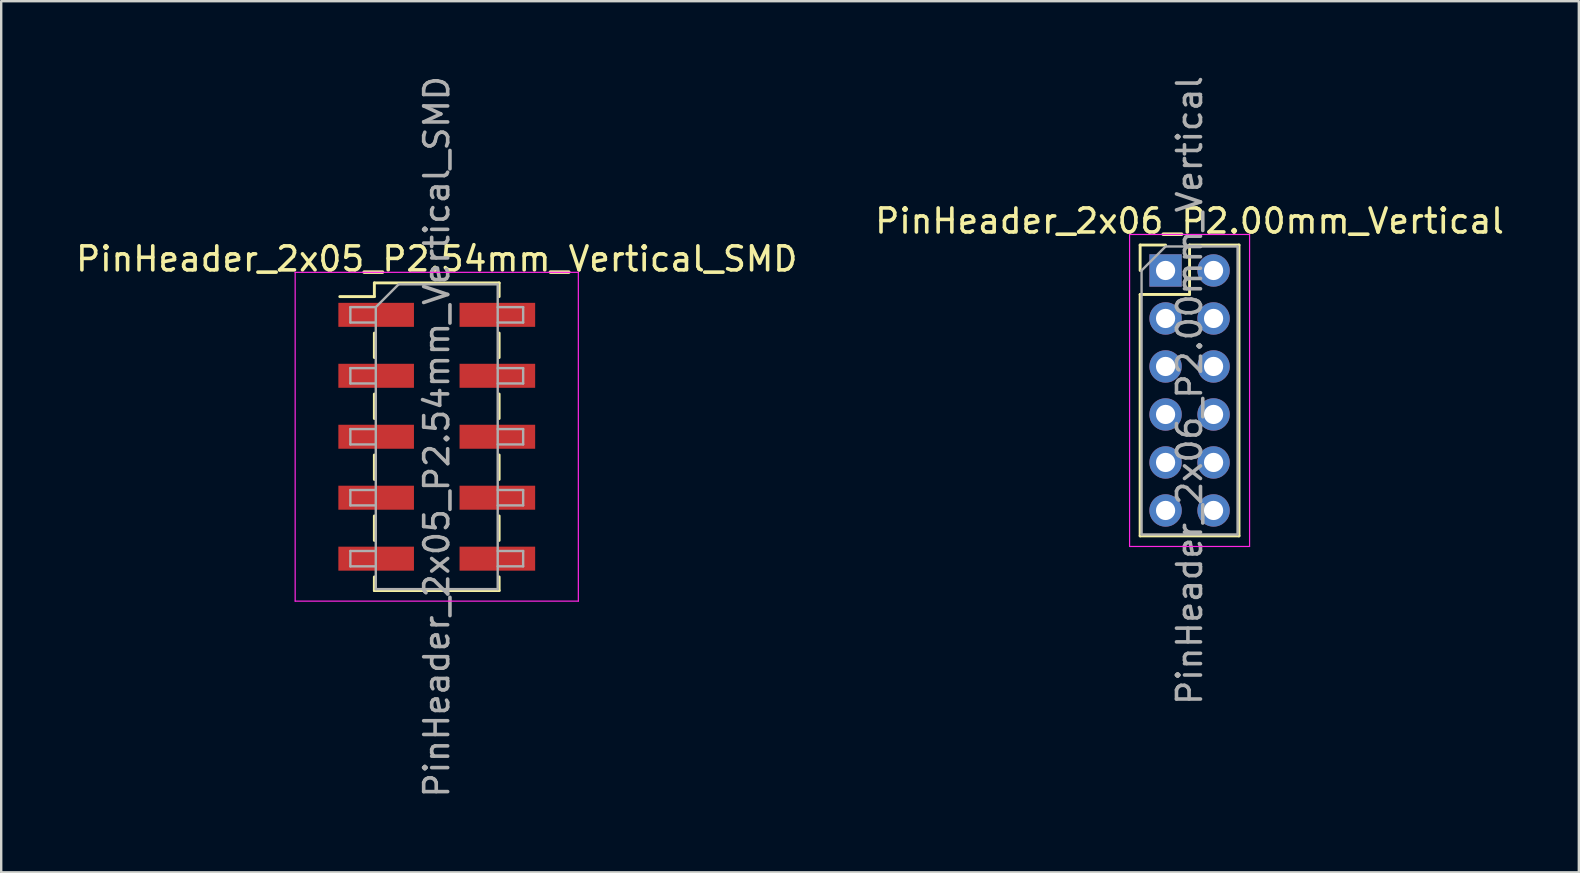
<source format=kicad_pcb>
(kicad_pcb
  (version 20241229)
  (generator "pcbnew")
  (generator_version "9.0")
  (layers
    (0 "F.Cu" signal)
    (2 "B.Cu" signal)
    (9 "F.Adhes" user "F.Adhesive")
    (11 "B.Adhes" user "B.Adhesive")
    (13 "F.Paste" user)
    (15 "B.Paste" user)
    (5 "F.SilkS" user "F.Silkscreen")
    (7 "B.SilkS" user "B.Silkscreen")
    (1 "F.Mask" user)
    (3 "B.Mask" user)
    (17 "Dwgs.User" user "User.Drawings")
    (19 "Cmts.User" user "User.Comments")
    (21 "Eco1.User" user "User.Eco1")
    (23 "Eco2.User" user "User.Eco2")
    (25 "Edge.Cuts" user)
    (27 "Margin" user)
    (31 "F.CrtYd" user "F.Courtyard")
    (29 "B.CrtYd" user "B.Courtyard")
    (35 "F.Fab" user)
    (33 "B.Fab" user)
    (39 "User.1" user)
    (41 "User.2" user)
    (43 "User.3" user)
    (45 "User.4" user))
  (footprint "PinHeader_2x05_P2.54mm_Vertical_SMD"
    (layer "F.Cu")
    (at 15.149 15.149)
    (property "Reference" "PinHeader_2x05_P2.54mm_Vertical_SMD" (at 0 -7.41 0) (layer "F.SilkS") (effects (font (size 1 1) (thickness 0.15))))
    (attr smd)
    (fp_line (start -4.04 -5.84) (end -2.6 -5.84) (stroke (width 0.12) (type solid)) (layer "F.SilkS"))
    (fp_line (start -2.6 -6.41) (end -2.6 -5.84) (stroke (width 0.12) (type solid)) (layer "F.SilkS"))
    (fp_line (start -2.6 -6.41) (end 2.6 -6.41) (stroke (width 0.12) (type solid)) (layer "F.SilkS"))
    (fp_line (start -2.6 -4.32) (end -2.6 -3.3) (stroke (width 0.12) (type solid)) (layer "F.SilkS"))
    (fp_line (start -2.6 -1.78) (end -2.6 -0.76) (stroke (width 0.12) (type solid)) (layer "F.SilkS"))
    (fp_line (start -2.6 0.76) (end -2.6 1.78) (stroke (width 0.12) (type solid)) (layer "F.SilkS"))
    (fp_line (start -2.6 3.3) (end -2.6 4.32) (stroke (width 0.12) (type solid)) (layer "F.SilkS"))
    (fp_line (start -2.6 5.84) (end -2.6 6.41) (stroke (width 0.12) (type solid)) (layer "F.SilkS"))
    (fp_line (start -2.6 6.41) (end 2.6 6.41) (stroke (width 0.12) (type solid)) (layer "F.SilkS"))
    (fp_line (start 2.6 -6.41) (end 2.6 -5.84) (stroke (width 0.12) (type solid)) (layer "F.SilkS"))
    (fp_line (start 2.6 -4.32) (end 2.6 -3.3) (stroke (width 0.12) (type solid)) (layer "F.SilkS"))
    (fp_line (start 2.6 -1.78) (end 2.6 -0.76) (stroke (width 0.12) (type solid)) (layer "F.SilkS"))
    (fp_line (start 2.6 0.76) (end 2.6 1.78) (stroke (width 0.12) (type solid)) (layer "F.SilkS"))
    (fp_line (start 2.6 3.3) (end 2.6 4.32) (stroke (width 0.12) (type solid)) (layer "F.SilkS"))
    (fp_line (start 2.6 5.84) (end 2.6 6.41) (stroke (width 0.12) (type solid)) (layer "F.SilkS"))
    (fp_line (start -5.9 -6.85) (end -5.9 6.85) (stroke (width 0.05) (type solid)) (layer "F.CrtYd"))
    (fp_line (start -5.9 6.85) (end 5.9 6.85) (stroke (width 0.05) (type solid)) (layer "F.CrtYd"))
    (fp_line (start 5.9 -6.85) (end -5.9 -6.85) (stroke (width 0.05) (type solid)) (layer "F.CrtYd"))
    (fp_line (start 5.9 6.85) (end 5.9 -6.85) (stroke (width 0.05) (type solid)) (layer "F.CrtYd"))
    (fp_line (start -3.6 -5.4) (end -3.6 -4.76) (stroke (width 0.1) (type solid)) (layer "F.Fab"))
    (fp_line (start -3.6 -4.76) (end -2.54 -4.76) (stroke (width 0.1) (type solid)) (layer "F.Fab"))
    (fp_line (start -3.6 -2.86) (end -3.6 -2.22) (stroke (width 0.1) (type solid)) (layer "F.Fab"))
    (fp_line (start -3.6 -2.22) (end -2.54 -2.22) (stroke (width 0.1) (type solid)) (layer "F.Fab"))
    (fp_line (start -3.6 -0.32) (end -3.6 0.32) (stroke (width 0.1) (type solid)) (layer "F.Fab"))
    (fp_line (start -3.6 0.32) (end -2.54 0.32) (stroke (width 0.1) (type solid)) (layer "F.Fab"))
    (fp_line (start -3.6 2.22) (end -3.6 2.86) (stroke (width 0.1) (type solid)) (layer "F.Fab"))
    (fp_line (start -3.6 2.86) (end -2.54 2.86) (stroke (width 0.1) (type solid)) (layer "F.Fab"))
    (fp_line (start -3.6 4.76) (end -3.6 5.4) (stroke (width 0.1) (type solid)) (layer "F.Fab"))
    (fp_line (start -3.6 5.4) (end -2.54 5.4) (stroke (width 0.1) (type solid)) (layer "F.Fab"))
    (fp_line (start -2.54 -5.4) (end -3.6 -5.4) (stroke (width 0.1) (type solid)) (layer "F.Fab"))
    (fp_line (start -2.54 -5.4) (end -1.59 -6.35) (stroke (width 0.1) (type solid)) (layer "F.Fab"))
    (fp_line (start -2.54 -2.86) (end -3.6 -2.86) (stroke (width 0.1) (type solid)) (layer "F.Fab"))
    (fp_line (start -2.54 -0.32) (end -3.6 -0.32) (stroke (width 0.1) (type solid)) (layer "F.Fab"))
    (fp_line (start -2.54 2.22) (end -3.6 2.22) (stroke (width 0.1) (type solid)) (layer "F.Fab"))
    (fp_line (start -2.54 4.76) (end -3.6 4.76) (stroke (width 0.1) (type solid)) (layer "F.Fab"))
    (fp_line (start -2.54 6.35) (end -2.54 -5.4) (stroke (width 0.1) (type solid)) (layer "F.Fab"))
    (fp_line (start -1.59 -6.35) (end 2.54 -6.35) (stroke (width 0.1) (type solid)) (layer "F.Fab"))
    (fp_line (start 2.54 -6.35) (end 2.54 6.35) (stroke (width 0.1) (type solid)) (layer "F.Fab"))
    (fp_line (start 2.54 -5.4) (end 3.6 -5.4) (stroke (width 0.1) (type solid)) (layer "F.Fab"))
    (fp_line (start 2.54 -2.86) (end 3.6 -2.86) (stroke (width 0.1) (type solid)) (layer "F.Fab"))
    (fp_line (start 2.54 -0.32) (end 3.6 -0.32) (stroke (width 0.1) (type solid)) (layer "F.Fab"))
    (fp_line (start 2.54 2.22) (end 3.6 2.22) (stroke (width 0.1) (type solid)) (layer "F.Fab"))
    (fp_line (start 2.54 4.76) (end 3.6 4.76) (stroke (width 0.1) (type solid)) (layer "F.Fab"))
    (fp_line (start 2.54 6.35) (end -2.54 6.35) (stroke (width 0.1) (type solid)) (layer "F.Fab"))
    (fp_line (start 3.6 -5.4) (end 3.6 -4.76) (stroke (width 0.1) (type solid)) (layer "F.Fab"))
    (fp_line (start 3.6 -4.76) (end 2.54 -4.76) (stroke (width 0.1) (type solid)) (layer "F.Fab"))
    (fp_line (start 3.6 -2.86) (end 3.6 -2.22) (stroke (width 0.1) (type solid)) (layer "F.Fab"))
    (fp_line (start 3.6 -2.22) (end 2.54 -2.22) (stroke (width 0.1) (type solid)) (layer "F.Fab"))
    (fp_line (start 3.6 -0.32) (end 3.6 0.32) (stroke (width 0.1) (type solid)) (layer "F.Fab"))
    (fp_line (start 3.6 0.32) (end 2.54 0.32) (stroke (width 0.1) (type solid)) (layer "F.Fab"))
    (fp_line (start 3.6 2.22) (end 3.6 2.86) (stroke (width 0.1) (type solid)) (layer "F.Fab"))
    (fp_line (start 3.6 2.86) (end 2.54 2.86) (stroke (width 0.1) (type solid)) (layer "F.Fab"))
    (fp_line (start 3.6 4.76) (end 3.6 5.4) (stroke (width 0.1) (type solid)) (layer "F.Fab"))
    (fp_line (start 3.6 5.4) (end 2.54 5.4) (stroke (width 0.1) (type solid)) (layer "F.Fab"))
    (fp_text user "${REFERENCE}" (at 0 0 90) (layer "F.Fab") (effects (font (size 1 1) (thickness 0.15))))
    (pad "1" smd rect (at -2.525 -5.08) (size 3.15 1) (layers "F.Cu" "F.Mask" "F.Paste"))
    (pad "2" smd rect (at 2.525 -5.08) (size 3.15 1) (layers "F.Cu" "F.Mask" "F.Paste"))
    (pad "3" smd rect (at -2.525 -2.54) (size 3.15 1) (layers "F.Cu" "F.Mask" "F.Paste"))
    (pad "4" smd rect (at 2.525 -2.54) (size 3.15 1) (layers "F.Cu" "F.Mask" "F.Paste"))
    (pad "5" smd rect (at -2.525 0) (size 3.15 1) (layers "F.Cu" "F.Mask" "F.Paste"))
    (pad "6" smd rect (at 2.525 0) (size 3.15 1) (layers "F.Cu" "F.Mask" "F.Paste"))
    (pad "7" smd rect (at -2.525 2.54) (size 3.15 1) (layers "F.Cu" "F.Mask" "F.Paste"))
    (pad "8" smd rect (at 2.525 2.54) (size 3.15 1) (layers "F.Cu" "F.Mask" "F.Paste"))
    (pad "9" smd rect (at -2.525 5.08) (size 3.15 1) (layers "F.Cu" "F.Mask" "F.Paste"))
    (pad "10" smd rect (at 2.525 5.08) (size 3.15 1) (layers "F.Cu" "F.Mask" "F.Paste")))
  (footprint "PinHeader_2x06_P2.00mm_Vertical"
    (layer "F.Cu")
    (at 45.518 8.22)
    (property "Reference" "PinHeader_2x06_P2.00mm_Vertical" (at 1 -2.06 0) (layer "F.SilkS") (effects (font (size 1 1) (thickness 0.15))))
    (attr through_hole)
    (fp_line (start -1.06 -1.06) (end 0 -1.06) (stroke (width 0.12) (type solid)) (layer "F.SilkS"))
    (fp_line (start -1.06 0) (end -1.06 -1.06) (stroke (width 0.12) (type solid)) (layer "F.SilkS"))
    (fp_line (start -1.06 1) (end -1.06 11.06) (stroke (width 0.12) (type solid)) (layer "F.SilkS"))
    (fp_line (start -1.06 1) (end 1 1) (stroke (width 0.12) (type solid)) (layer "F.SilkS"))
    (fp_line (start -1.06 11.06) (end 3.06 11.06) (stroke (width 0.12) (type solid)) (layer "F.SilkS"))
    (fp_line (start 1 -1.06) (end 3.06 -1.06) (stroke (width 0.12) (type solid)) (layer "F.SilkS"))
    (fp_line (start 1 1) (end 1 -1.06) (stroke (width 0.12) (type solid)) (layer "F.SilkS"))
    (fp_line (start 3.06 -1.06) (end 3.06 11.06) (stroke (width 0.12) (type solid)) (layer "F.SilkS"))
    (fp_line (start -1.5 -1.5) (end -1.5 11.5) (stroke (width 0.05) (type solid)) (layer "F.CrtYd"))
    (fp_line (start -1.5 11.5) (end 3.5 11.5) (stroke (width 0.05) (type solid)) (layer "F.CrtYd"))
    (fp_line (start 3.5 -1.5) (end -1.5 -1.5) (stroke (width 0.05) (type solid)) (layer "F.CrtYd"))
    (fp_line (start 3.5 11.5) (end 3.5 -1.5) (stroke (width 0.05) (type solid)) (layer "F.CrtYd"))
    (fp_line (start -1 0) (end 0 -1) (stroke (width 0.1) (type solid)) (layer "F.Fab"))
    (fp_line (start -1 11) (end -1 0) (stroke (width 0.1) (type solid)) (layer "F.Fab"))
    (fp_line (start 0 -1) (end 3 -1) (stroke (width 0.1) (type solid)) (layer "F.Fab"))
    (fp_line (start 3 -1) (end 3 11) (stroke (width 0.1) (type solid)) (layer "F.Fab"))
    (fp_line (start 3 11) (end -1 11) (stroke (width 0.1) (type solid)) (layer "F.Fab"))
    (fp_text user "${REFERENCE}" (at 1 5 90) (layer "F.Fab") (effects (font (size 1 1) (thickness 0.15))))
    (pad "1" thru_hole rect (at 0 0) (size 1.35 1.35) (drill 0.8) (layers "*.Cu" "*.Mask"))
    (pad "2" thru_hole oval (at 2 0) (size 1.35 1.35) (drill 0.8) (layers "*.Cu" "*.Mask"))
    (pad "3" thru_hole oval (at 0 2) (size 1.35 1.35) (drill 0.8) (layers "*.Cu" "*.Mask"))
    (pad "4" thru_hole oval (at 2 2) (size 1.35 1.35) (drill 0.8) (layers "*.Cu" "*.Mask"))
    (pad "5" thru_hole oval (at 0 4) (size 1.35 1.35) (drill 0.8) (layers "*.Cu" "*.Mask"))
    (pad "6" thru_hole oval (at 2 4) (size 1.35 1.35) (drill 0.8) (layers "*.Cu" "*.Mask"))
    (pad "7" thru_hole oval (at 0 6) (size 1.35 1.35) (drill 0.8) (layers "*.Cu" "*.Mask"))
    (pad "8" thru_hole oval (at 2 6) (size 1.35 1.35) (drill 0.8) (layers "*.Cu" "*.Mask"))
    (pad "9" thru_hole oval (at 0 8) (size 1.35 1.35) (drill 0.8) (layers "*.Cu" "*.Mask"))
    (pad "10" thru_hole oval (at 2 8) (size 1.35 1.35) (drill 0.8) (layers "*.Cu" "*.Mask"))
    (pad "11" thru_hole oval (at 0 10) (size 1.35 1.35) (drill 0.8) (layers "*.Cu" "*.Mask"))
    (pad "12" thru_hole oval (at 2 10) (size 1.35 1.35) (drill 0.8) (layers "*.Cu" "*.Mask")))
  (gr_rect
    (start -3 -3)
    (end 62.738 33.298)
    (stroke (width 0.1) (type default))
    (fill no)
    (layer "Edge.Cuts")))
</source>
